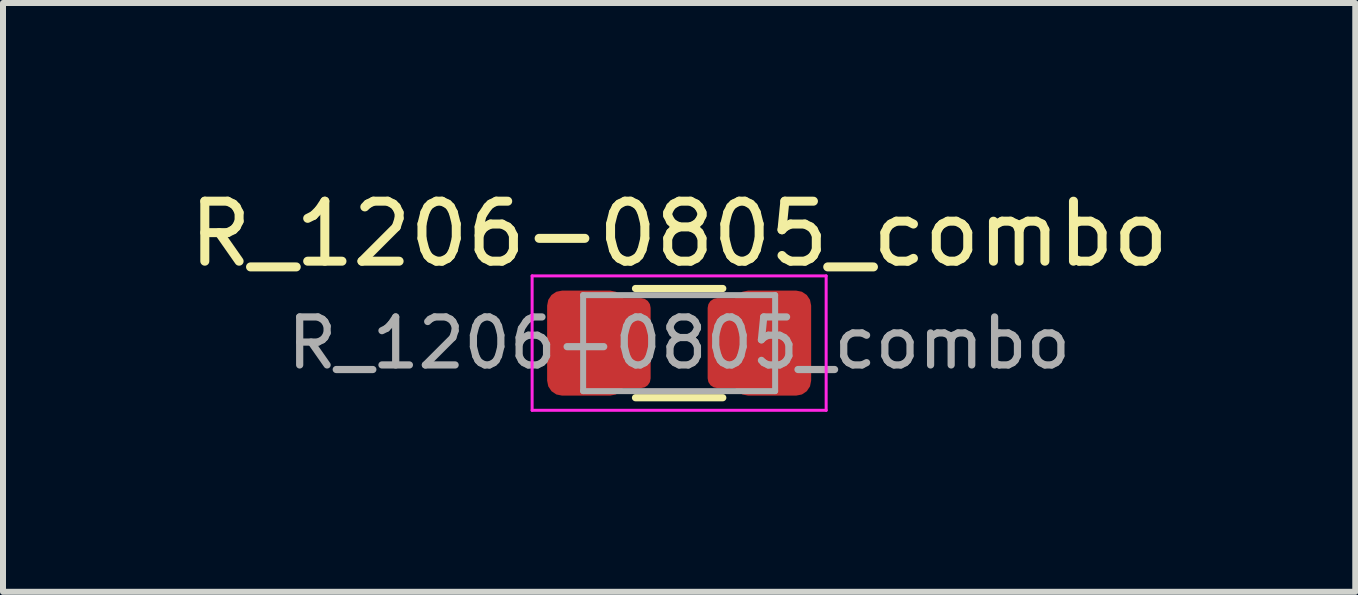
<source format=kicad_pcb>
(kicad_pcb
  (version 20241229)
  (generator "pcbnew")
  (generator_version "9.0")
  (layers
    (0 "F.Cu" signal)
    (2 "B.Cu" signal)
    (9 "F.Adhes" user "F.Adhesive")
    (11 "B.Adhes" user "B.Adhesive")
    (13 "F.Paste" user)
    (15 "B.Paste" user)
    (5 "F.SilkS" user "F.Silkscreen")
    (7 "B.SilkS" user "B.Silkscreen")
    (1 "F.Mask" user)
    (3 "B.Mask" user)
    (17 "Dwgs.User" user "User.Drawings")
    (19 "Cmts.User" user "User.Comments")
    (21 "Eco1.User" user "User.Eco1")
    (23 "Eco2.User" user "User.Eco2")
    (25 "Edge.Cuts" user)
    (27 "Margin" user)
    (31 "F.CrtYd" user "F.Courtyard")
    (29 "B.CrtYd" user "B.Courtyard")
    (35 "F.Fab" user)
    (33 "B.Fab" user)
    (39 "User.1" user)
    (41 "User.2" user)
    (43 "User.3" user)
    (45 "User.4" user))
  (footprint "R_1206-0805_combo"
    (layer "F.Cu")
    (at 8.268 2.668)
    (property "Reference" "R_1206-0805_combo" (at 0 -1.82 0) (layer "F.SilkS") (effects (font (size 1 1) (thickness 0.15))))
    (attr smd)
    (fp_line (start -0.727 -0.91) (end 0.727 -0.91) (stroke (width 0.12) (type solid)) (layer "F.SilkS"))
    (fp_line (start -0.727 0.91) (end 0.727 0.91) (stroke (width 0.12) (type solid)) (layer "F.SilkS"))
    (fp_line (start -2.45 -1.12) (end 2.45 -1.12) (stroke (width 0.05) (type solid)) (layer "F.CrtYd"))
    (fp_line (start -2.45 1.12) (end -2.45 -1.12) (stroke (width 0.05) (type solid)) (layer "F.CrtYd"))
    (fp_line (start 2.45 -1.12) (end 2.45 1.12) (stroke (width 0.05) (type solid)) (layer "F.CrtYd"))
    (fp_line (start 2.45 1.12) (end -2.45 1.12) (stroke (width 0.05) (type solid)) (layer "F.CrtYd"))
    (fp_line (start -1.6 -0.8) (end 1.6 -0.8) (stroke (width 0.1) (type solid)) (layer "F.Fab"))
    (fp_line (start -1.6 0.8) (end -1.6 -0.8) (stroke (width 0.1) (type solid)) (layer "F.Fab"))
    (fp_line (start 1.6 -0.8) (end 1.6 0.8) (stroke (width 0.1) (type solid)) (layer "F.Fab"))
    (fp_line (start 1.6 0.8) (end -1.6 0.8) (stroke (width 0.1) (type solid)) (layer "F.Fab"))
    (fp_text user "${REFERENCE}" (at 0 0 0) (layer "F.Fab") (effects (font (size 0.8 0.8) (thickness 0.12))))
    (pad "1" smd roundrect (at -1.55 0) (size 1.3 1.75) (layers "F.Cu" "F.Mask" "F.Paste") (roundrect_rratio 0.192))
    (pad "1" smd roundrect (at -0.9 0) (size 0.85 1.5) (layers "F.Cu" "F.Mask" "F.Paste") (roundrect_rratio 0.192))
    (pad "2" smd roundrect (at 0.9 0) (size 0.85 1.5) (layers "F.Cu" "F.Mask" "F.Paste") (roundrect_rratio 0.192))
    (pad "2" smd roundrect (at 1.55 0) (size 1.3 1.75) (layers "F.Cu" "F.Mask" "F.Paste") (roundrect_rratio 0.192)))
  (gr_rect
    (start -3 -3)
    (end 19.536 6.813)
    (stroke (width 0.1) (type default))
    (fill no)
    (layer "Edge.Cuts")))
</source>
